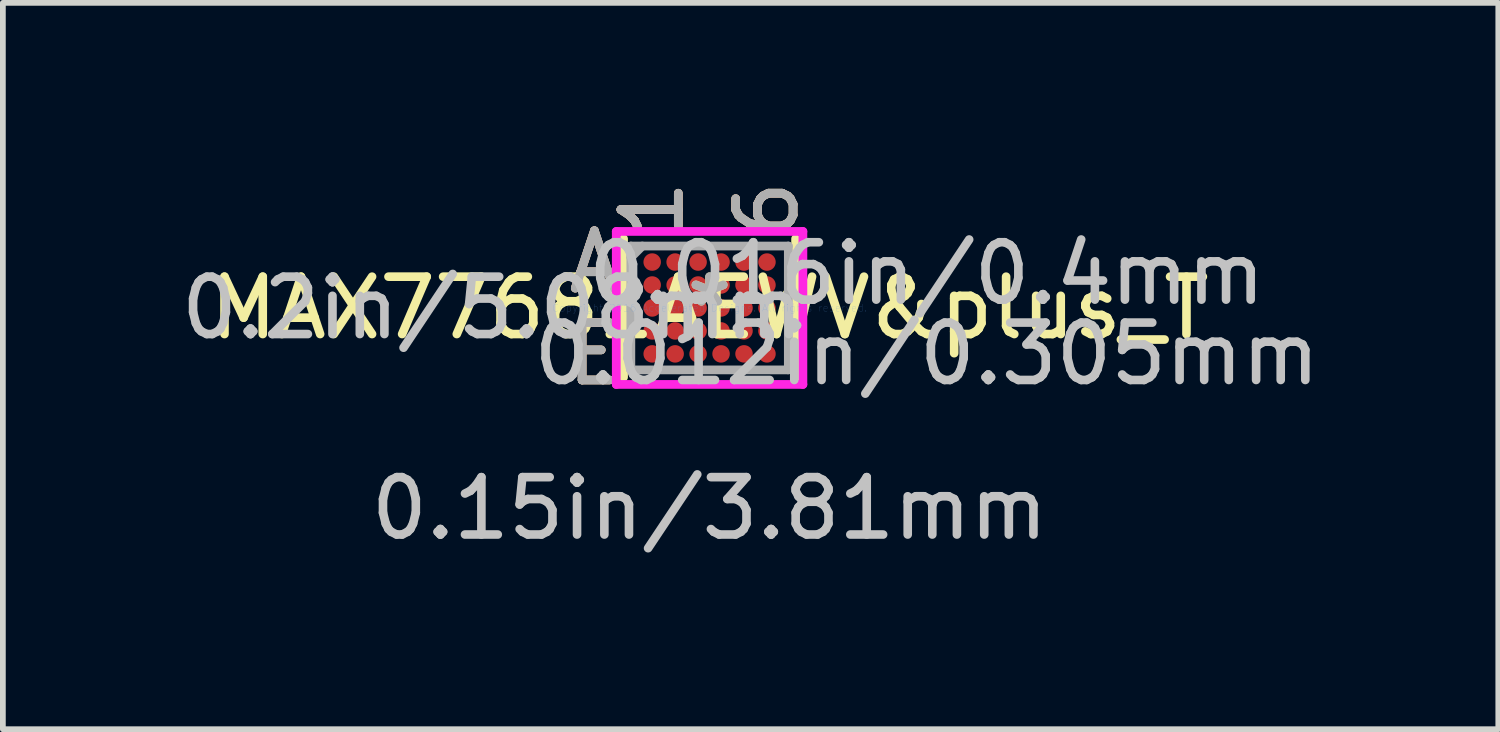
<source format=kicad_pcb>
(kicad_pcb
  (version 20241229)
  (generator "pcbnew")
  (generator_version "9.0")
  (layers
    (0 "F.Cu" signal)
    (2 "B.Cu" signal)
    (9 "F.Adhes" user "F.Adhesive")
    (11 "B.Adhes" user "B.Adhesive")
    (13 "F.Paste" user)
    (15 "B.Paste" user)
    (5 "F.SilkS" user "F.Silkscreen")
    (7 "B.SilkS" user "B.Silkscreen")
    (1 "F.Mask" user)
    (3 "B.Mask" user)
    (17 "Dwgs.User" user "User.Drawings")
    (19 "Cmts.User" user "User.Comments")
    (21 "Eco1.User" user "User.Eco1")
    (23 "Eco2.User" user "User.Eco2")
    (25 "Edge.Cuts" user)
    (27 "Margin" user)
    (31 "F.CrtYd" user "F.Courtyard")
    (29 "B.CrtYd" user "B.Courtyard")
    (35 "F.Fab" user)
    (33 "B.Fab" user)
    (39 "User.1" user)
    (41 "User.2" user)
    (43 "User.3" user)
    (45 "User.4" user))
  (footprint "MAX77681AEWV&plus_T"
    (layer "F.Cu")
    (at 9.314 2.316)
    (property "Reference" "MAX77681AEWV&plus_T" (at 0 0 0) (layer "F.SilkS") (effects (font (size 1 1) (thickness 0.15))))
    (attr through_hole)
    (fp_line (start -1.499 -1.206) (end -1.499 1.206) (stroke (width 0.152) (type solid)) (layer "F.SilkS"))
    (fp_line (start 1.499 1.206) (end 1.499 -1.206) (stroke (width 0.152) (type solid)) (layer "F.SilkS"))
    (fp_line (start -1.626 -1.333) (end 1.626 -1.333) (stroke (width 0.152) (type solid)) (layer "F.CrtYd"))
    (fp_line (start -1.626 1.333) (end -1.626 -1.333) (stroke (width 0.152) (type solid)) (layer "F.CrtYd"))
    (fp_line (start 1.626 -1.333) (end 1.626 1.333) (stroke (width 0.152) (type solid)) (layer "F.CrtYd"))
    (fp_line (start 1.626 1.333) (end -1.626 1.333) (stroke (width 0.152) (type solid)) (layer "F.CrtYd"))
    (fp_line (start -1.372 -1.079) (end -1.372 1.079) (stroke (width 0.152) (type solid)) (layer "F.Fab"))
    (fp_line (start -1.372 1.079) (end 1.372 1.079) (stroke (width 0.152) (type solid)) (layer "F.Fab"))
    (fp_line (start -1.172 -1.079) (end -1.372 -0.879) (stroke (width 0.152) (type solid)) (layer "F.Fab"))
    (fp_line (start 1.372 -1.079) (end -1.372 -1.079) (stroke (width 0.152) (type solid)) (layer "F.Fab"))
    (fp_line (start 1.372 1.079) (end 1.372 -1.079) (stroke (width 0.152) (type solid)) (layer "F.Fab"))
    (fp_text user "A" (at -2.007 -0.8 0) (layer "F.SilkS") (effects (font (size 1 1) (thickness 0.15))))
    (fp_text user "E" (at -2.007 0.8 0) (layer "F.SilkS") (effects (font (size 1 1) (thickness 0.15))))
    (fp_text user "6" (at 1 -1.714 90) (layer "F.SilkS") (effects (font (size 1 1) (thickness 0.15))))
    (fp_text user "1" (at -1 -1.714 90) (layer "F.SilkS") (effects (font (size 1 1) (thickness 0.15))))
    (fp_text user "*" (at 0 0 0) (layer "F.SilkS") (effects (font (size 1 1) (thickness 0.15))))
    (fp_text user "E" (at -2.007 0.8 0) (layer "B.SilkS") (effects (font (size 1 1) (thickness 0.15))))
    (fp_text user "6" (at 1 -1.714 90) (layer "B.SilkS") (effects (font (size 1 1) (thickness 0.15))))
    (fp_text user "1" (at -1 -1.714 90) (layer "B.SilkS") (effects (font (size 1 1) (thickness 0.15))))
    (fp_text user "A" (at -2.007 -0.8 0) (layer "B.SilkS") (effects (font (size 1 1) (thickness 0.15))))
    (fp_text user "0.012in/0.305mm" (at 3.785 0.8 0) (layer "Dwgs.User") (effects (font (size 1 1) (thickness 0.15))))
    (fp_text user "0.15in/3.81mm" (at 0 3.493 0) (layer "Dwgs.User") (effects (font (size 1 1) (thickness 0.15))))
    (fp_text user "0.016in/0.4mm" (at 3.785 -0.6 0) (layer "Dwgs.User") (effects (font (size 1 1) (thickness 0.15))))
    (fp_text user "0.2in/5.08mm" (at -3.785 0 0) (layer "Dwgs.User") (effects (font (size 1 1) (thickness 0.15))))
    (fp_text user "Copyright 2016 Accelerated Designs. All rights reserved." (at 0 0 0) (layer "Cmts.User") (effects (font (size 0.127 0.127) (thickness 0.002))))
    (fp_text user "*" (at 0 0 0) (layer "F.Fab") (effects (font (size 1 1) (thickness 0.15))))
    (fp_text user "6" (at 1 -1.714 90) (layer "F.Fab") (effects (font (size 1 1) (thickness 0.15))))
    (fp_text user "1" (at -1 -1.714 90) (layer "F.Fab") (effects (font (size 1 1) (thickness 0.15))))
    (fp_text user "A" (at -2.007 -0.8 0) (layer "F.Fab") (effects (font (size 1 1) (thickness 0.15))))
    (fp_text user "E" (at -2.007 0.8 0) (layer "F.Fab") (effects (font (size 1 1) (thickness 0.15))))
    (pad "A1" smd circle (at -1 -0.8) (size 0.305 0.305) (layers "F.Cu" "F.Mask" "F.Paste"))
    (pad "A2" smd circle (at -0.6 -0.8) (size 0.305 0.305) (layers "F.Cu" "F.Mask" "F.Paste"))
    (pad "A3" smd circle (at -0.2 -0.8) (size 0.305 0.305) (layers "F.Cu" "F.Mask" "F.Paste"))
    (pad "A4" smd circle (at 0.2 -0.8) (size 0.305 0.305) (layers "F.Cu" "F.Mask" "F.Paste"))
    (pad "A5" smd circle (at 0.6 -0.8) (size 0.305 0.305) (layers "F.Cu" "F.Mask" "F.Paste"))
    (pad "A6" smd circle (at 1 -0.8) (size 0.305 0.305) (layers "F.Cu" "F.Mask" "F.Paste"))
    (pad "B1" smd circle (at -1 -0.4) (size 0.305 0.305) (layers "F.Cu" "F.Mask" "F.Paste"))
    (pad "B2" smd circle (at -0.6 -0.4) (size 0.305 0.305) (layers "F.Cu" "F.Mask" "F.Paste"))
    (pad "B3" smd circle (at -0.2 -0.4) (size 0.305 0.305) (layers "F.Cu" "F.Mask" "F.Paste"))
    (pad "B4" smd circle (at 0.2 -0.4) (size 0.305 0.305) (layers "F.Cu" "F.Mask" "F.Paste"))
    (pad "B5" smd circle (at 0.6 -0.4) (size 0.305 0.305) (layers "F.Cu" "F.Mask" "F.Paste"))
    (pad "B6" smd circle (at 1 -0.4) (size 0.305 0.305) (layers "F.Cu" "F.Mask" "F.Paste"))
    (pad "C1" smd circle (at -1 0) (size 0.305 0.305) (layers "F.Cu" "F.Mask" "F.Paste"))
    (pad "C2" smd circle (at -0.6 0) (size 0.305 0.305) (layers "F.Cu" "F.Mask" "F.Paste"))
    (pad "C3" smd circle (at -0.2 0) (size 0.305 0.305) (layers "F.Cu" "F.Mask" "F.Paste"))
    (pad "C4" smd circle (at 0.2 0) (size 0.305 0.305) (layers "F.Cu" "F.Mask" "F.Paste"))
    (pad "C5" smd circle (at 0.6 0) (size 0.305 0.305) (layers "F.Cu" "F.Mask" "F.Paste"))
    (pad "C6" smd circle (at 1 0) (size 0.305 0.305) (layers "F.Cu" "F.Mask" "F.Paste"))
    (pad "D1" smd circle (at -1 0.4) (size 0.305 0.305) (layers "F.Cu" "F.Mask" "F.Paste"))
    (pad "D2" smd circle (at -0.6 0.4) (size 0.305 0.305) (layers "F.Cu" "F.Mask" "F.Paste"))
    (pad "D3" smd circle (at -0.2 0.4) (size 0.305 0.305) (layers "F.Cu" "F.Mask" "F.Paste"))
    (pad "D4" smd circle (at 0.2 0.4) (size 0.305 0.305) (layers "F.Cu" "F.Mask" "F.Paste"))
    (pad "D5" smd circle (at 0.6 0.4) (size 0.305 0.305) (layers "F.Cu" "F.Mask" "F.Paste"))
    (pad "D6" smd circle (at 1 0.4) (size 0.305 0.305) (layers "F.Cu" "F.Mask" "F.Paste"))
    (pad "E1" smd circle (at -1 0.8) (size 0.305 0.305) (layers "F.Cu" "F.Mask" "F.Paste"))
    (pad "E2" smd circle (at -0.6 0.8) (size 0.305 0.305) (layers "F.Cu" "F.Mask" "F.Paste"))
    (pad "E3" smd circle (at -0.2 0.8) (size 0.305 0.305) (layers "F.Cu" "F.Mask" "F.Paste"))
    (pad "E4" smd circle (at 0.2 0.8) (size 0.305 0.305) (layers "F.Cu" "F.Mask" "F.Paste"))
    (pad "E5" smd circle (at 0.6 0.8) (size 0.305 0.305) (layers "F.Cu" "F.Mask" "F.Paste"))
    (pad "E6" smd circle (at 1 0.8) (size 0.305 0.305) (layers "F.Cu" "F.Mask" "F.Paste")))
  (gr_rect
    (start -3 -3)
    (end 23.057 9.656)
    (stroke (width 0.1) (type default))
    (fill no)
    (layer "Edge.Cuts")))
</source>
